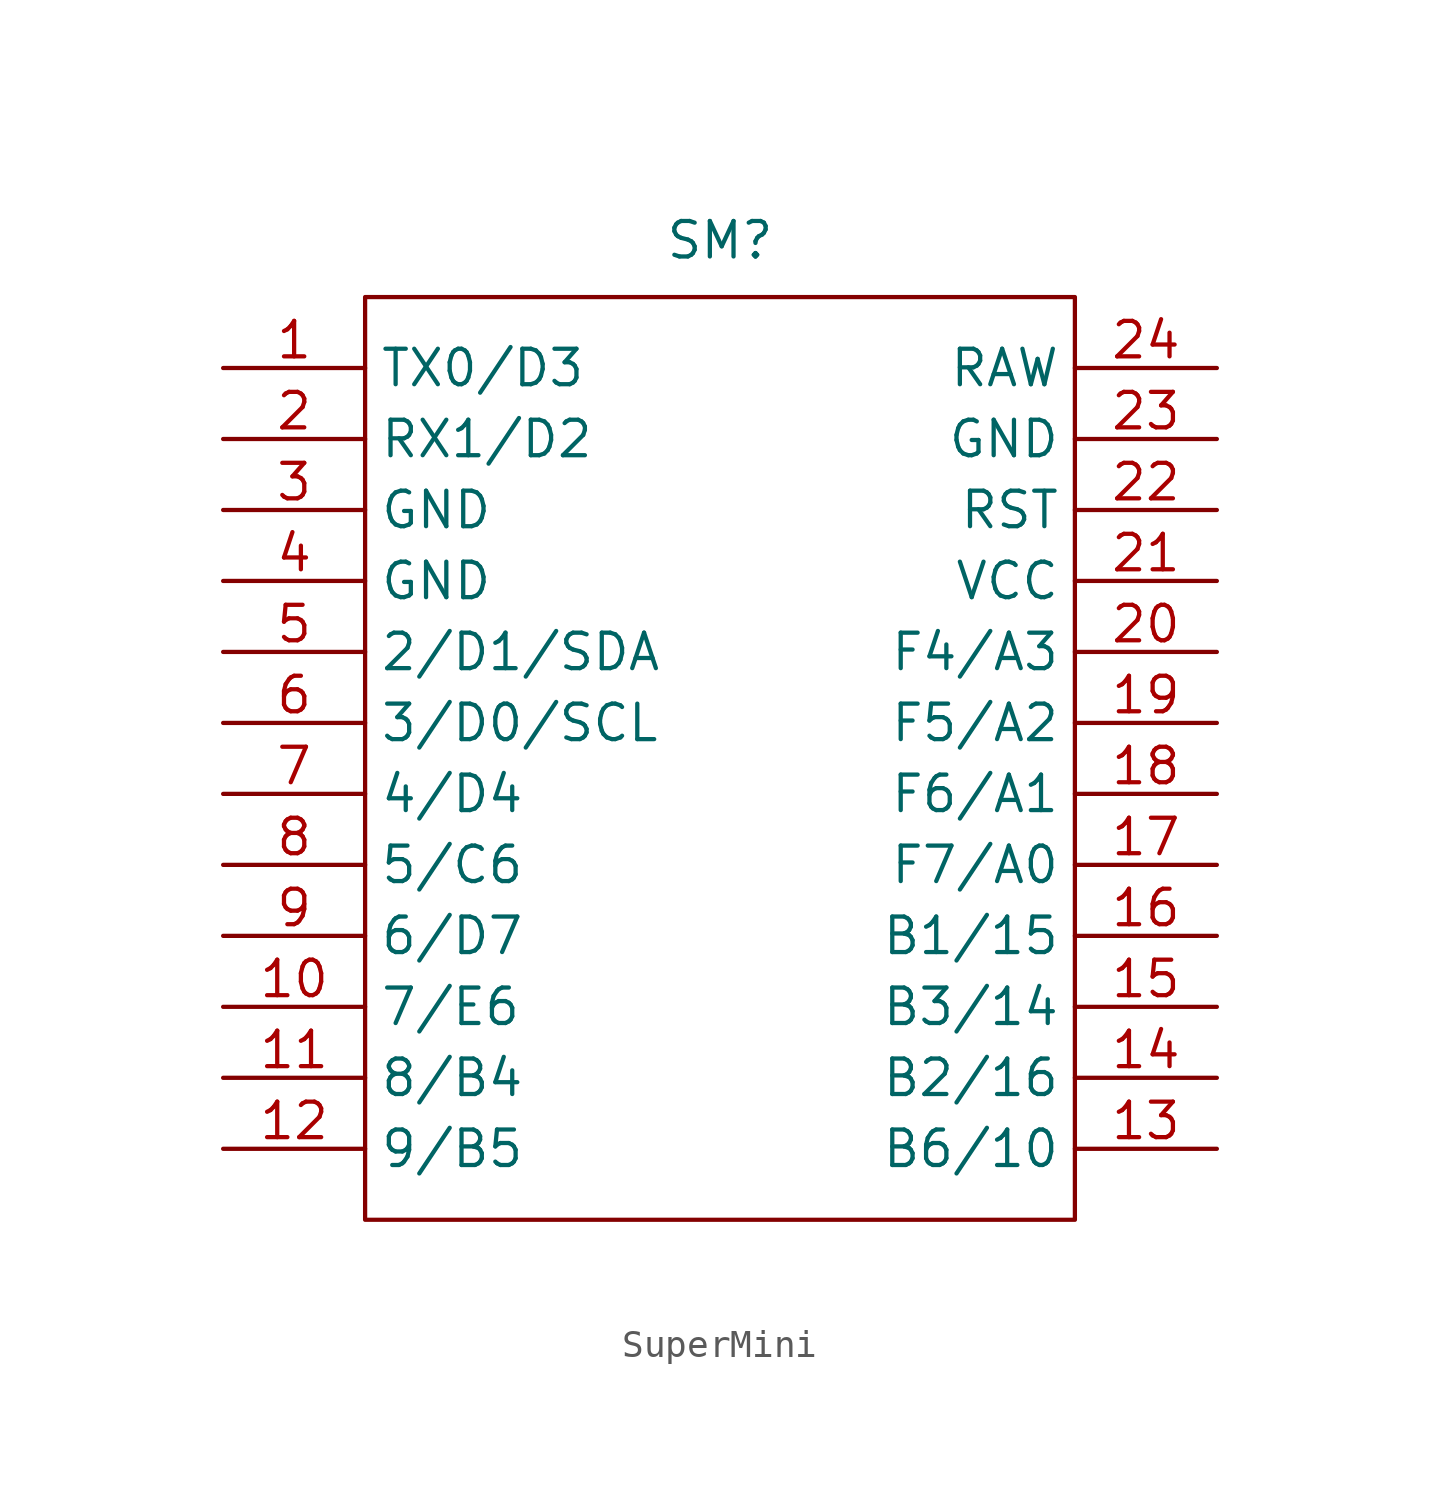
<source format=kicad_sym>
(kicad_symbol_lib
  (version 20241209)
  (generator "kicad_symbol_editor")
  (generator_version "9.0")
  (symbol "SuperMini"
    (property "Reference" "SM"
      (at 0 17.272 0)
      (effects (font (size 1.27 1.27))))
    (symbol "SuperMini_0_1"
      (rectangle (start -12.7 15.24) (end 12.7 -17.78) (stroke (width 0) (type solid)) (fill (type none))))
    (symbol "SuperMini_1_1"
      (pin bidirectional line (at -17.78 12.7 0) (length 5.08) (name "TX0/D3" (effects (font (size 1.27 1.27)))) (number "1" (effects (font (size 1.27 1.27)))))
      (pin bidirectional line (at -17.78 10.16 0) (length 5.08) (name "RX1/D2" (effects (font (size 1.27 1.27)))) (number "2" (effects (font (size 1.27 1.27)))))
      (pin power_in line (at -17.78 7.62 0) (length 5.08) (name "GND" (effects (font (size 1.27 1.27)))) (number "3" (effects (font (size 1.27 1.27)))))
      (pin power_in line (at -17.78 5.08 0) (length 5.08) (name "GND" (effects (font (size 1.27 1.27)))) (number "4" (effects (font (size 1.27 1.27)))))
      (pin bidirectional line (at -17.78 2.54 0) (length 5.08) (name "2/D1/SDA" (effects (font (size 1.27 1.27)))) (number "5" (effects (font (size 1.27 1.27)))))
      (pin bidirectional line (at -17.78 0 0) (length 5.08) (name "3/D0/SCL" (effects (font (size 1.27 1.27)))) (number "6" (effects (font (size 1.27 1.27)))))
      (pin bidirectional line (at -17.78 -2.54 0) (length 5.08) (name "4/D4" (effects (font (size 1.27 1.27)))) (number "7" (effects (font (size 1.27 1.27)))))
      (pin bidirectional line (at -17.78 -5.08 0) (length 5.08) (name "5/C6" (effects (font (size 1.27 1.27)))) (number "8" (effects (font (size 1.27 1.27)))))
      (pin bidirectional line (at -17.78 -7.62 0) (length 5.08) (name "6/D7" (effects (font (size 1.27 1.27)))) (number "9" (effects (font (size 1.27 1.27)))))
      (pin bidirectional line (at -17.78 -10.16 0) (length 5.08) (name "7/E6" (effects (font (size 1.27 1.27)))) (number "10" (effects (font (size 1.27 1.27)))))
      (pin bidirectional line (at -17.78 -12.7 0) (length 5.08) (name "8/B4" (effects (font (size 1.27 1.27)))) (number "11" (effects (font (size 1.27 1.27)))))
      (pin bidirectional line (at -17.78 -15.24 0) (length 5.08) (name "9/B5" (effects (font (size 1.27 1.27)))) (number "12" (effects (font (size 1.27 1.27)))))
      (pin power_out line (at 17.78 12.7 180) (length 5.08) (name "RAW" (effects (font (size 1.27 1.27)))) (number "24" (effects (font (size 1.27 1.27)))))
      (pin power_in line (at 17.78 10.16 180) (length 5.08) (name "GND" (effects (font (size 1.27 1.27)))) (number "23" (effects (font (size 1.27 1.27)))))
      (pin input line (at 17.78 7.62 180) (length 5.08) (name "RST" (effects (font (size 1.27 1.27)))) (number "22" (effects (font (size 1.27 1.27)))))
      (pin power_in line (at 17.78 5.08 180) (length 5.08) (name "VCC" (effects (font (size 1.27 1.27)))) (number "21" (effects (font (size 1.27 1.27)))))
      (pin bidirectional line (at 17.78 2.54 180) (length 5.08) (name "F4/A3" (effects (font (size 1.27 1.27)))) (number "20" (effects (font (size 1.27 1.27)))))
      (pin bidirectional line (at 17.78 0 180) (length 5.08) (name "F5/A2" (effects (font (size 1.27 1.27)))) (number "19" (effects (font (size 1.27 1.27)))))
      (pin bidirectional line (at 17.78 -2.54 180) (length 5.08) (name "F6/A1" (effects (font (size 1.27 1.27)))) (number "18" (effects (font (size 1.27 1.27)))))
      (pin bidirectional line (at 17.78 -5.08 180) (length 5.08) (name "F7/A0" (effects (font (size 1.27 1.27)))) (number "17" (effects (font (size 1.27 1.27)))))
      (pin bidirectional line (at 17.78 -7.62 180) (length 5.08) (name "B1/15" (effects (font (size 1.27 1.27)))) (number "16" (effects (font (size 1.27 1.27)))))
      (pin bidirectional line (at 17.78 -10.16 180) (length 5.08) (name "B3/14" (effects (font (size 1.27 1.27)))) (number "15" (effects (font (size 1.27 1.27)))))
      (pin bidirectional line (at 17.78 -12.7 180) (length 5.08) (name "B2/16" (effects (font (size 1.27 1.27)))) (number "14" (effects (font (size 1.27 1.27)))))
      (pin bidirectional line (at 17.78 -15.24 180) (length 5.08) (name "B6/10" (effects (font (size 1.27 1.27)))) (number "13" (effects (font (size 1.27 1.27))))))))
</source>
